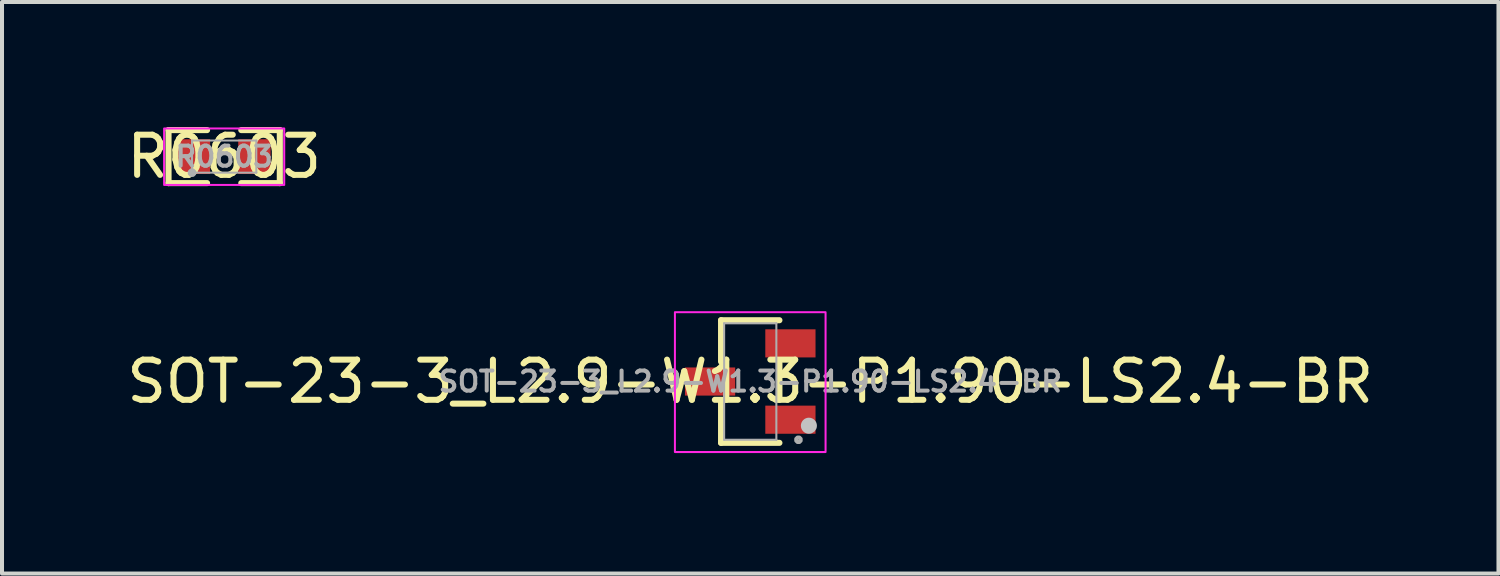
<source format=kicad_pcb>
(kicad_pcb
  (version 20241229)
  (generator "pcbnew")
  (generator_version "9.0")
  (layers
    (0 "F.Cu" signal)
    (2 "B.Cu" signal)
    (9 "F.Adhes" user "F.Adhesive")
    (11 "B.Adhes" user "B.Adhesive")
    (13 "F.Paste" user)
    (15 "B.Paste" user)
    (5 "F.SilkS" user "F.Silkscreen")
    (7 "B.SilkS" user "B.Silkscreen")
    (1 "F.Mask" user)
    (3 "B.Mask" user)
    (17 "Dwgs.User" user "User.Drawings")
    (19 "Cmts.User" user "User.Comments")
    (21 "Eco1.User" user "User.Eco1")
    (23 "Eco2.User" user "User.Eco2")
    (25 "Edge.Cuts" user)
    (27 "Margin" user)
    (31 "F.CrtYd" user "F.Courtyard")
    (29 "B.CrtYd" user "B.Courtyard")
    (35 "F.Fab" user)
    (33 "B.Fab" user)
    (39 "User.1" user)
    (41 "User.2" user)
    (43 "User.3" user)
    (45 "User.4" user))
  (footprint "R0603"
    (layer "F.Cu")
    (at 2.53 0.848)
    (property "Reference" "R0603" (at 0 0 0) (layer "F.SilkS") (effects (font (size 1 1) (thickness 0.15))))
    (fp_line (start -1.385 -0.66) (end -0.426 -0.66) (stroke (width 0.152) (type default)) (layer "F.SilkS"))
    (fp_line (start -1.385 0.66) (end -1.385 -0.66) (stroke (width 0.152) (type default)) (layer "F.SilkS"))
    (fp_line (start -0.426 0.66) (end -1.385 0.66) (stroke (width 0.152) (type default)) (layer "F.SilkS"))
    (fp_line (start 0.426 0.66) (end 1.385 0.66) (stroke (width 0.152) (type default)) (layer "F.SilkS"))
    (fp_line (start 1.385 -0.66) (end 0.426 -0.66) (stroke (width 0.152) (type default)) (layer "F.SilkS"))
    (fp_line (start 1.385 0.66) (end 1.385 -0.66) (stroke (width 0.152) (type default)) (layer "F.SilkS"))
    (fp_poly (pts (xy -1.195 0.45) (xy -0.395 0.45) (xy -0.345 0.4) (xy -0.345 0.172) (xy -0.715 0.172) (xy -0.715 -0.158) (xy -0.345 -0.158) (xy -0.345 -0.4) (xy -0.395 -0.45) (xy -1.195 -0.45) (xy -1.245 -0.4) (xy -1.245 0.4)) (stroke (width 0) (type default)) (fill yes) (layer "F.Paste"))
    (fp_poly (pts (xy 1.195 -0.45) (xy 0.395 -0.45) (xy 0.345 -0.4) (xy 0.345 -0.172) (xy 0.715 -0.172) (xy 0.715 0.158) (xy 0.345 0.158) (xy 0.345 0.4) (xy 0.395 0.45) (xy 1.195 0.45) (xy 1.245 0.4) (xy 1.245 -0.4)) (stroke (width 0) (type default)) (fill yes) (layer "F.Paste"))
    (fp_rect (start -1.495 -0.7) (end 1.495 0.705) (stroke (width 0.05) (type default)) (fill no) (layer "F.CrtYd"))
    (fp_line (start -0.8 -0.4) (end 0.8 -0.4) (stroke (width 0.051) (type default)) (layer "F.Fab"))
    (fp_line (start -0.8 0.4) (end -0.8 -0.4) (stroke (width 0.051) (type default)) (layer "F.Fab"))
    (fp_line (start 0.8 -0.4) (end 0.8 0.4) (stroke (width 0.051) (type default)) (layer "F.Fab"))
    (fp_line (start 0.8 0.4) (end -0.8 0.4) (stroke (width 0.051) (type default)) (layer "F.Fab"))
    (fp_poly (pts (xy -0.745 0.377) (xy -0.777 0.345) (xy -0.823 0.345) (xy -0.855 0.377) (xy -0.855 0.423) (xy -0.823 0.455) (xy -0.777 0.455) (xy -0.745 0.423)) (stroke (width 0.1) (type default)) (fill no) (layer "F.Fab"))
    (fp_poly (pts (xy -0.8 0.4) (xy -0.8 -0.4) (xy -0.5 -0.4) (xy -0.5 0.4)) (stroke (width 0.1) (type default)) (fill no) (layer "User.1"))
    (fp_poly (pts (xy 0.8 0.4) (xy 0.8 -0.4) (xy 0.5 -0.4) (xy 0.5 0.4)) (stroke (width 0.1) (type default)) (fill no) (layer "User.1"))
    (fp_text user "${REFERENCE}" (at 0 0 0) (layer "F.Fab") (effects (font (size 0.5 0.5) (thickness 0.1))))
    (pad "1" smd rect (at -0.753 0) (size 0.806 0.864) (layers "F.Cu" "F.Mask" "F.Paste"))
    (pad "2" smd rect (at 0.753 0) (size 0.806 0.864) (layers "F.Cu" "F.Mask" "F.Paste")))
  (footprint "SOT-23-3_L2.9-W1.3-P1.90-LS2.4-BR"
    (layer "F.Cu")
    (at 15.625 6.447)
    (property "Reference" "SOT-23-3_L2.9-W1.3-P1.90-LS2.4-BR" (at 0 0 0) (layer "F.SilkS") (effects (font (size 1 1) (thickness 0.15))))
    (fp_line (start -0.726 -1.526) (end -0.726 -0.494) (stroke (width 0.152) (type default)) (layer "F.SilkS"))
    (fp_line (start -0.726 1.526) (end -0.726 0.494) (stroke (width 0.152) (type default)) (layer "F.SilkS"))
    (fp_line (start 0.726 -1.526) (end -0.726 -1.526) (stroke (width 0.152) (type default)) (layer "F.SilkS"))
    (fp_line (start 0.726 -0.456) (end 0.726 0.456) (stroke (width 0.152) (type default)) (layer "F.SilkS"))
    (fp_line (start 0.726 1.526) (end -0.726 1.526) (stroke (width 0.152) (type default)) (layer "F.SilkS"))
    (fp_circle (center 1.46 1.1) (end 1.56 1.1) (stroke (width 0.2) (type default)) (fill no) (layer "Dwgs.User"))
    (fp_rect (start -1.875 -1.726) (end 1.875 1.755) (stroke (width 0.05) (type default)) (fill no) (layer "F.CrtYd"))
    (fp_line (start -0.65 -1.45) (end 0.65 -1.45) (stroke (width 0.051) (type default)) (layer "F.Fab"))
    (fp_line (start -0.65 1.45) (end -0.65 -1.45) (stroke (width 0.051) (type default)) (layer "F.Fab"))
    (fp_line (start 0.65 -1.45) (end 0.65 1.45) (stroke (width 0.051) (type default)) (layer "F.Fab"))
    (fp_line (start 0.65 1.45) (end -0.65 1.45) (stroke (width 0.051) (type default)) (layer "F.Fab"))
    (fp_poly (pts (xy 1.255 1.427) (xy 1.223 1.395) (xy 1.177 1.395) (xy 1.145 1.427) (xy 1.145 1.473) (xy 1.177 1.505) (xy 1.223 1.505) (xy 1.255 1.473)) (stroke (width 0.1) (type default)) (fill no) (layer "F.Fab"))
    (fp_poly (pts (xy -1.2 0.215) (xy -1.2 -0.215) (xy -0.9 -0.215) (xy -0.9 0.215)) (stroke (width 0.1) (type default)) (fill no) (layer "User.1"))
    (fp_poly (pts (xy -0.91 0.215) (xy -0.91 -0.215) (xy -0.64 -0.215) (xy -0.64 0.215)) (stroke (width 0.1) (type default)) (fill no) (layer "User.1"))
    (fp_poly (pts (xy 0.64 -0.735) (xy 0.64 -1.165) (xy 0.91 -1.165) (xy 0.91 -0.735)) (stroke (width 0.1) (type default)) (fill no) (layer "User.1"))
    (fp_poly (pts (xy 0.64 1.165) (xy 0.64 0.735) (xy 0.91 0.735) (xy 0.91 1.165)) (stroke (width 0.1) (type default)) (fill no) (layer "User.1"))
    (fp_poly (pts (xy 0.9 -0.735) (xy 0.9 -1.165) (xy 1.2 -1.165) (xy 1.2 -0.735)) (stroke (width 0.1) (type default)) (fill no) (layer "User.1"))
    (fp_poly (pts (xy 0.9 1.165) (xy 0.9 0.735) (xy 1.2 0.735) (xy 1.2 1.165)) (stroke (width 0.1) (type default)) (fill no) (layer "User.1"))
    (fp_text user "${REFERENCE}" (at 0 0 0) (layer "F.Fab") (effects (font (size 0.5 0.5) (thickness 0.1))))
    (pad "1" smd rect (at 1 0.95) (size 1.25 0.7) (layers "F.Cu" "F.Mask" "F.Paste"))
    (pad "2" smd rect (at 1 -0.95) (size 1.25 0.7) (layers "F.Cu" "F.Mask" "F.Paste"))
    (pad "3" smd rect (at -1 0) (size 1.25 0.7) (layers "F.Cu" "F.Mask" "F.Paste")))
  (gr_rect
    (start -3 -3)
    (end 34.25 11.227)
    (stroke (width 0.1) (type default))
    (fill no)
    (layer "Edge.Cuts")))
</source>
